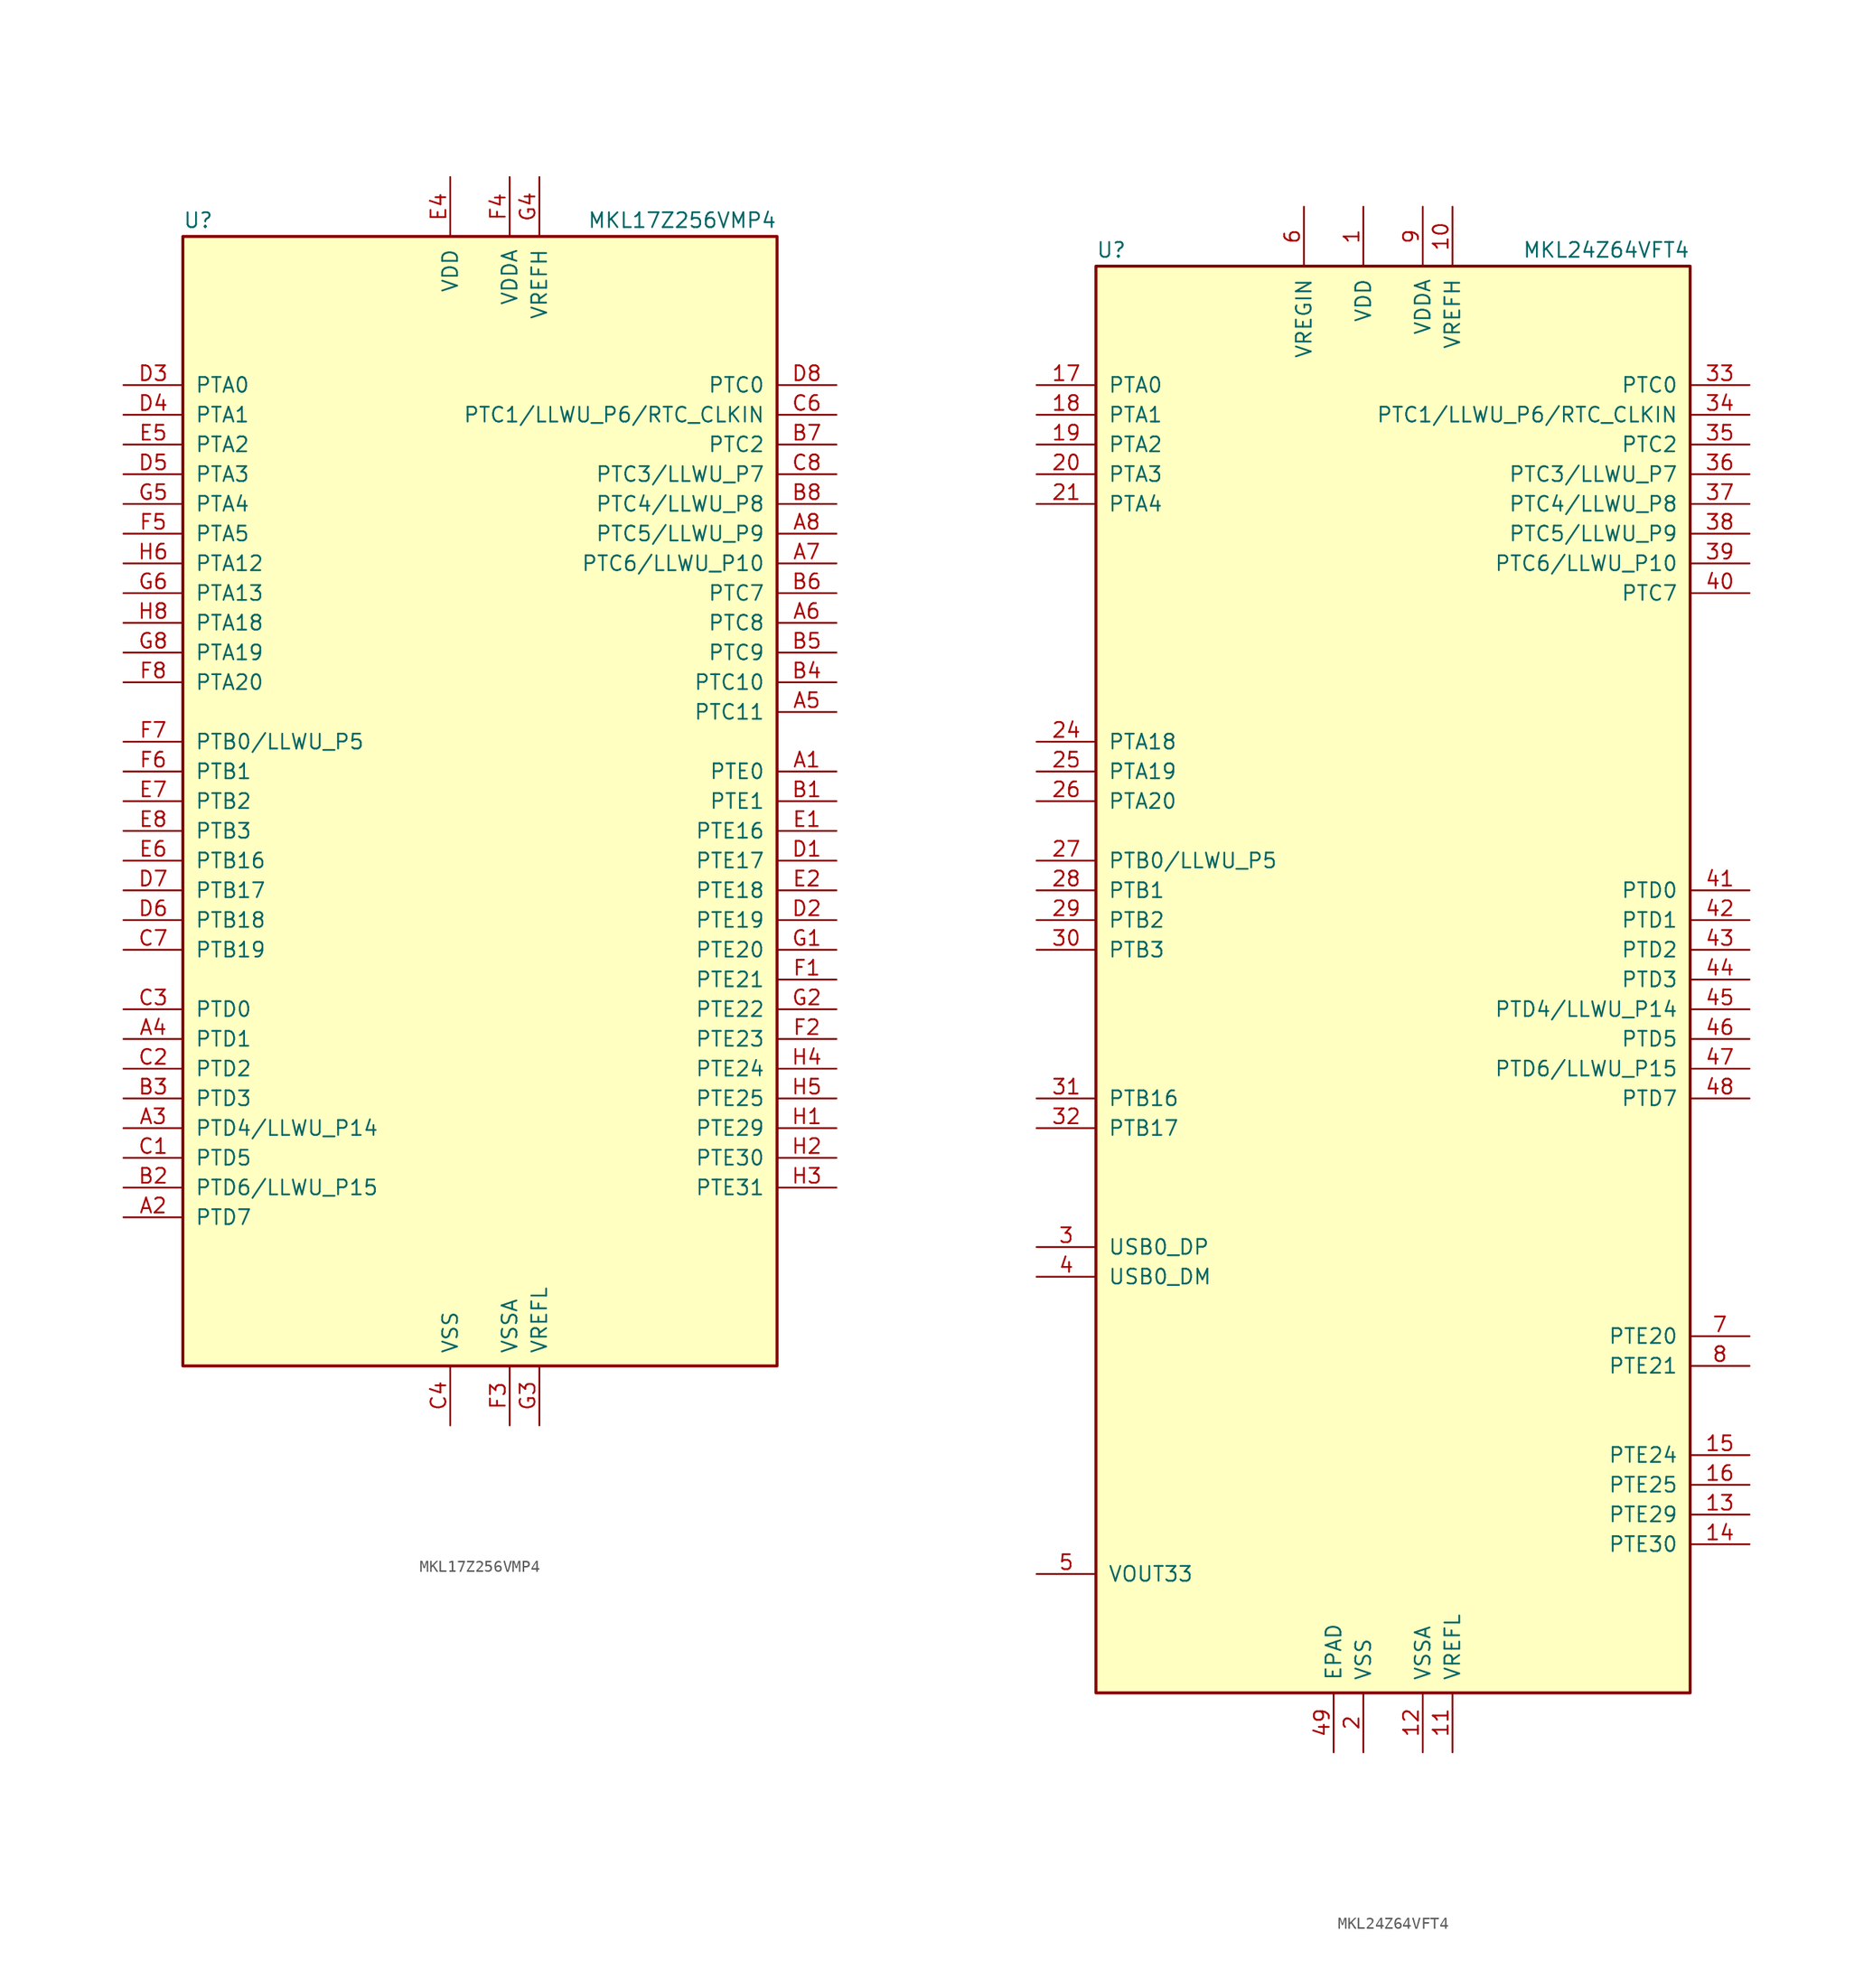
<source format=kicad_sym>
(kicad_symbol_lib
  (version 20231120)
  (generator "kicad_symbol_editor")
  (generator_version "8.0")
  (symbol "MKL17Z256VMP4"
    (pin_names
      (offset 1.016))
    (property "Reference" "U"
      (at -25.4 48.895 0)
      (effects (font (size 1.27 1.27)) (justify left bottom)))
    (property "Value" "MKL17Z256VMP4"
      (at 25.4 48.895 0)
      (effects (font (size 1.27 1.27)) (justify right bottom)))
    (symbol "MKL17Z256VMP4_0_1"
      (rectangle (start -25.4 48.26) (end 25.4 -48.26) (stroke (width 0.254) (type default)) (fill (type background))))
    (symbol "MKL17Z256VMP4_1_1"
      (pin bidirectional line (at 30.48 2.54 180) (length 5.08) (name "PTE0" (effects (font (size 1.27 1.27)))) (number "A1" (effects (font (size 1.27 1.27)))))
      (pin bidirectional line (at -30.48 -35.56 0) (length 5.08) (name "PTD7" (effects (font (size 1.27 1.27)))) (number "A2" (effects (font (size 1.27 1.27)))))
      (pin bidirectional line (at -30.48 -27.94 0) (length 5.08) (name "PTD4/LLWU_P14" (effects (font (size 1.27 1.27)))) (number "A3" (effects (font (size 1.27 1.27)))))
      (pin bidirectional line (at -30.48 -20.32 0) (length 5.08) (name "PTD1" (effects (font (size 1.27 1.27)))) (number "A4" (effects (font (size 1.27 1.27)))))
      (pin bidirectional line (at 30.48 7.62 180) (length 5.08) (name "PTC11" (effects (font (size 1.27 1.27)))) (number "A5" (effects (font (size 1.27 1.27)))))
      (pin bidirectional line (at 30.48 15.24 180) (length 5.08) (name "PTC8" (effects (font (size 1.27 1.27)))) (number "A6" (effects (font (size 1.27 1.27)))))
      (pin bidirectional line (at 30.48 20.32 180) (length 5.08) (name "PTC6/LLWU_P10" (effects (font (size 1.27 1.27)))) (number "A7" (effects (font (size 1.27 1.27)))))
      (pin bidirectional line (at 30.48 22.86 180) (length 5.08) (name "PTC5/LLWU_P9" (effects (font (size 1.27 1.27)))) (number "A8" (effects (font (size 1.27 1.27)))))
      (pin bidirectional line (at 30.48 0 180) (length 5.08) (name "PTE1" (effects (font (size 1.27 1.27)))) (number "B1" (effects (font (size 1.27 1.27)))))
      (pin bidirectional line (at -30.48 -33.02 0) (length 5.08) (name "PTD6/LLWU_P15" (effects (font (size 1.27 1.27)))) (number "B2" (effects (font (size 1.27 1.27)))))
      (pin bidirectional line (at -30.48 -25.4 0) (length 5.08) (name "PTD3" (effects (font (size 1.27 1.27)))) (number "B3" (effects (font (size 1.27 1.27)))))
      (pin bidirectional line (at 30.48 10.16 180) (length 5.08) (name "PTC10" (effects (font (size 1.27 1.27)))) (number "B4" (effects (font (size 1.27 1.27)))))
      (pin bidirectional line (at 30.48 12.7 180) (length 5.08) (name "PTC9" (effects (font (size 1.27 1.27)))) (number "B5" (effects (font (size 1.27 1.27)))))
      (pin bidirectional line (at 30.48 17.78 180) (length 5.08) (name "PTC7" (effects (font (size 1.27 1.27)))) (number "B6" (effects (font (size 1.27 1.27)))))
      (pin bidirectional line (at 30.48 30.48 180) (length 5.08) (name "PTC2" (effects (font (size 1.27 1.27)))) (number "B7" (effects (font (size 1.27 1.27)))))
      (pin bidirectional line (at 30.48 25.4 180) (length 5.08) (name "PTC4/LLWU_P8" (effects (font (size 1.27 1.27)))) (number "B8" (effects (font (size 1.27 1.27)))))
      (pin bidirectional line (at -30.48 -30.48 0) (length 5.08) (name "PTD5" (effects (font (size 1.27 1.27)))) (number "C1" (effects (font (size 1.27 1.27)))))
      (pin bidirectional line (at -30.48 -22.86 0) (length 5.08) (name "PTD2" (effects (font (size 1.27 1.27)))) (number "C2" (effects (font (size 1.27 1.27)))))
      (pin bidirectional line (at -30.48 -17.78 0) (length 5.08) (name "PTD0" (effects (font (size 1.27 1.27)))) (number "C3" (effects (font (size 1.27 1.27)))))
      (pin power_in line (at -2.54 -53.34 90) (length 5.08) (name "VSS" (effects (font (size 1.27 1.27)))) (number "C4" (effects (font (size 1.27 1.27)))))
      (pin no_connect line (at -15.24 -48.26 90) (length 5.08) hide (name "NC" (effects (font (size 1.27 1.27)))) (number "C5" (effects (font (size 1.27 1.27)))))
      (pin bidirectional line (at 30.48 33.02 180) (length 5.08) (name "PTC1/LLWU_P6/RTC_CLKIN" (effects (font (size 1.27 1.27)))) (number "C6" (effects (font (size 1.27 1.27)))))
      (pin bidirectional line (at -30.48 -12.7 0) (length 5.08) (name "PTB19" (effects (font (size 1.27 1.27)))) (number "C7" (effects (font (size 1.27 1.27)))))
      (pin bidirectional line (at 30.48 27.94 180) (length 5.08) (name "PTC3/LLWU_P7" (effects (font (size 1.27 1.27)))) (number "C8" (effects (font (size 1.27 1.27)))))
      (pin bidirectional line (at 30.48 -5.08 180) (length 5.08) (name "PTE17" (effects (font (size 1.27 1.27)))) (number "D1" (effects (font (size 1.27 1.27)))))
      (pin bidirectional line (at 30.48 -10.16 180) (length 5.08) (name "PTE19" (effects (font (size 1.27 1.27)))) (number "D2" (effects (font (size 1.27 1.27)))))
      (pin bidirectional line (at -30.48 35.56 0) (length 5.08) (name "PTA0" (effects (font (size 1.27 1.27)))) (number "D3" (effects (font (size 1.27 1.27)))))
      (pin bidirectional line (at -30.48 33.02 0) (length 5.08) (name "PTA1" (effects (font (size 1.27 1.27)))) (number "D4" (effects (font (size 1.27 1.27)))))
      (pin bidirectional line (at -30.48 27.94 0) (length 5.08) (name "PTA3" (effects (font (size 1.27 1.27)))) (number "D5" (effects (font (size 1.27 1.27)))))
      (pin bidirectional line (at -30.48 -10.16 0) (length 5.08) (name "PTB18" (effects (font (size 1.27 1.27)))) (number "D6" (effects (font (size 1.27 1.27)))))
      (pin bidirectional line (at -30.48 -7.62 0) (length 5.08) (name "PTB17" (effects (font (size 1.27 1.27)))) (number "D7" (effects (font (size 1.27 1.27)))))
      (pin bidirectional line (at 30.48 35.56 180) (length 5.08) (name "PTC0" (effects (font (size 1.27 1.27)))) (number "D8" (effects (font (size 1.27 1.27)))))
      (pin bidirectional line (at 30.48 -2.54 180) (length 5.08) (name "PTE16" (effects (font (size 1.27 1.27)))) (number "E1" (effects (font (size 1.27 1.27)))))
      (pin bidirectional line (at 30.48 -7.62 180) (length 5.08) (name "PTE18" (effects (font (size 1.27 1.27)))) (number "E2" (effects (font (size 1.27 1.27)))))
      (pin passive line (at -2.54 -53.34 90) (length 5.08) hide (name "VSS" (effects (font (size 1.27 1.27)))) (number "E3" (effects (font (size 1.27 1.27)))))
      (pin power_in line (at -2.54 53.34 270) (length 5.08) (name "VDD" (effects (font (size 1.27 1.27)))) (number "E4" (effects (font (size 1.27 1.27)))))
      (pin bidirectional line (at -30.48 30.48 0) (length 5.08) (name "PTA2" (effects (font (size 1.27 1.27)))) (number "E5" (effects (font (size 1.27 1.27)))))
      (pin bidirectional line (at -30.48 -5.08 0) (length 5.08) (name "PTB16" (effects (font (size 1.27 1.27)))) (number "E6" (effects (font (size 1.27 1.27)))))
      (pin bidirectional line (at -30.48 0 0) (length 5.08) (name "PTB2" (effects (font (size 1.27 1.27)))) (number "E7" (effects (font (size 1.27 1.27)))))
      (pin bidirectional line (at -30.48 -2.54 0) (length 5.08) (name "PTB3" (effects (font (size 1.27 1.27)))) (number "E8" (effects (font (size 1.27 1.27)))))
      (pin bidirectional line (at 30.48 -15.24 180) (length 5.08) (name "PTE21" (effects (font (size 1.27 1.27)))) (number "F1" (effects (font (size 1.27 1.27)))))
      (pin bidirectional line (at 30.48 -20.32 180) (length 5.08) (name "PTE23" (effects (font (size 1.27 1.27)))) (number "F2" (effects (font (size 1.27 1.27)))))
      (pin power_in line (at 2.54 -53.34 90) (length 5.08) (name "VSSA" (effects (font (size 1.27 1.27)))) (number "F3" (effects (font (size 1.27 1.27)))))
      (pin power_in line (at 2.54 53.34 270) (length 5.08) (name "VDDA" (effects (font (size 1.27 1.27)))) (number "F4" (effects (font (size 1.27 1.27)))))
      (pin bidirectional line (at -30.48 22.86 0) (length 5.08) (name "PTA5" (effects (font (size 1.27 1.27)))) (number "F5" (effects (font (size 1.27 1.27)))))
      (pin bidirectional line (at -30.48 2.54 0) (length 5.08) (name "PTB1" (effects (font (size 1.27 1.27)))) (number "F6" (effects (font (size 1.27 1.27)))))
      (pin bidirectional line (at -30.48 5.08 0) (length 5.08) (name "PTB0/LLWU_P5" (effects (font (size 1.27 1.27)))) (number "F7" (effects (font (size 1.27 1.27)))))
      (pin bidirectional line (at -30.48 10.16 0) (length 5.08) (name "PTA20" (effects (font (size 1.27 1.27)))) (number "F8" (effects (font (size 1.27 1.27)))))
      (pin bidirectional line (at 30.48 -12.7 180) (length 5.08) (name "PTE20" (effects (font (size 1.27 1.27)))) (number "G1" (effects (font (size 1.27 1.27)))))
      (pin bidirectional line (at 30.48 -17.78 180) (length 5.08) (name "PTE22" (effects (font (size 1.27 1.27)))) (number "G2" (effects (font (size 1.27 1.27)))))
      (pin power_in line (at 5.08 -53.34 90) (length 5.08) (name "VREFL" (effects (font (size 1.27 1.27)))) (number "G3" (effects (font (size 1.27 1.27)))))
      (pin power_in line (at 5.08 53.34 270) (length 5.08) (name "VREFH" (effects (font (size 1.27 1.27)))) (number "G4" (effects (font (size 1.27 1.27)))))
      (pin bidirectional line (at -30.48 25.4 0) (length 5.08) (name "PTA4" (effects (font (size 1.27 1.27)))) (number "G5" (effects (font (size 1.27 1.27)))))
      (pin bidirectional line (at -30.48 17.78 0) (length 5.08) (name "PTA13" (effects (font (size 1.27 1.27)))) (number "G6" (effects (font (size 1.27 1.27)))))
      (pin passive line (at -2.54 53.34 270) (length 5.08) hide (name "VDD" (effects (font (size 1.27 1.27)))) (number "G7" (effects (font (size 1.27 1.27)))))
      (pin bidirectional line (at -30.48 12.7 0) (length 5.08) (name "PTA19" (effects (font (size 1.27 1.27)))) (number "G8" (effects (font (size 1.27 1.27)))))
      (pin bidirectional line (at 30.48 -27.94 180) (length 5.08) (name "PTE29" (effects (font (size 1.27 1.27)))) (number "H1" (effects (font (size 1.27 1.27)))))
      (pin bidirectional line (at 30.48 -30.48 180) (length 5.08) (name "PTE30" (effects (font (size 1.27 1.27)))) (number "H2" (effects (font (size 1.27 1.27)))))
      (pin bidirectional line (at 30.48 -33.02 180) (length 5.08) (name "PTE31" (effects (font (size 1.27 1.27)))) (number "H3" (effects (font (size 1.27 1.27)))))
      (pin bidirectional line (at 30.48 -22.86 180) (length 5.08) (name "PTE24" (effects (font (size 1.27 1.27)))) (number "H4" (effects (font (size 1.27 1.27)))))
      (pin bidirectional line (at 30.48 -25.4 180) (length 5.08) (name "PTE25" (effects (font (size 1.27 1.27)))) (number "H5" (effects (font (size 1.27 1.27)))))
      (pin bidirectional line (at -30.48 20.32 0) (length 5.08) (name "PTA12" (effects (font (size 1.27 1.27)))) (number "H6" (effects (font (size 1.27 1.27)))))
      (pin passive line (at -2.54 -53.34 90) (length 5.08) hide (name "VSS" (effects (font (size 1.27 1.27)))) (number "H7" (effects (font (size 1.27 1.27)))))
      (pin bidirectional line (at -30.48 15.24 0) (length 5.08) (name "PTA18" (effects (font (size 1.27 1.27)))) (number "H8" (effects (font (size 1.27 1.27)))))))
  (symbol "MKL24Z64VFT4"
    (pin_names
      (offset 1.016))
    (property "Reference" "U"
      (at -25.4 61.595 0)
      (effects (font (size 1.27 1.27)) (justify left bottom)))
    (property "Value" "MKL24Z64VFT4"
      (at 25.4 61.595 0)
      (effects (font (size 1.27 1.27)) (justify right bottom)))
    (symbol "MKL24Z64VFT4_0_1"
      (rectangle (start -25.4 60.96) (end 25.4 -60.96) (stroke (width 0.254) (type default)) (fill (type background))))
    (symbol "MKL24Z64VFT4_1_1"
      (pin power_in line (at -2.54 66.04 270) (length 5.08) (name "VDD" (effects (font (size 1.27 1.27)))) (number "1" (effects (font (size 1.27 1.27)))))
      (pin power_in line (at 5.08 66.04 270) (length 5.08) (name "VREFH" (effects (font (size 1.27 1.27)))) (number "10" (effects (font (size 1.27 1.27)))))
      (pin power_in line (at 5.08 -66.04 90) (length 5.08) (name "VREFL" (effects (font (size 1.27 1.27)))) (number "11" (effects (font (size 1.27 1.27)))))
      (pin power_in line (at 2.54 -66.04 90) (length 5.08) (name "VSSA" (effects (font (size 1.27 1.27)))) (number "12" (effects (font (size 1.27 1.27)))))
      (pin bidirectional line (at 30.48 -45.72 180) (length 5.08) (name "PTE29" (effects (font (size 1.27 1.27)))) (number "13" (effects (font (size 1.27 1.27)))))
      (pin bidirectional line (at 30.48 -48.26 180) (length 5.08) (name "PTE30" (effects (font (size 1.27 1.27)))) (number "14" (effects (font (size 1.27 1.27)))))
      (pin bidirectional line (at 30.48 -40.64 180) (length 5.08) (name "PTE24" (effects (font (size 1.27 1.27)))) (number "15" (effects (font (size 1.27 1.27)))))
      (pin bidirectional line (at 30.48 -43.18 180) (length 5.08) (name "PTE25" (effects (font (size 1.27 1.27)))) (number "16" (effects (font (size 1.27 1.27)))))
      (pin bidirectional line (at -30.48 50.8 0) (length 5.08) (name "PTA0" (effects (font (size 1.27 1.27)))) (number "17" (effects (font (size 1.27 1.27)))))
      (pin bidirectional line (at -30.48 48.26 0) (length 5.08) (name "PTA1" (effects (font (size 1.27 1.27)))) (number "18" (effects (font (size 1.27 1.27)))))
      (pin bidirectional line (at -30.48 45.72 0) (length 5.08) (name "PTA2" (effects (font (size 1.27 1.27)))) (number "19" (effects (font (size 1.27 1.27)))))
      (pin power_in line (at -2.54 -66.04 90) (length 5.08) (name "VSS" (effects (font (size 1.27 1.27)))) (number "2" (effects (font (size 1.27 1.27)))))
      (pin bidirectional line (at -30.48 43.18 0) (length 5.08) (name "PTA3" (effects (font (size 1.27 1.27)))) (number "20" (effects (font (size 1.27 1.27)))))
      (pin bidirectional line (at -30.48 40.64 0) (length 5.08) (name "PTA4" (effects (font (size 1.27 1.27)))) (number "21" (effects (font (size 1.27 1.27)))))
      (pin passive line (at -2.54 66.04 270) (length 5.08) hide (name "VDD" (effects (font (size 1.27 1.27)))) (number "22" (effects (font (size 1.27 1.27)))))
      (pin passive line (at -2.54 -66.04 90) (length 5.08) hide (name "VSS" (effects (font (size 1.27 1.27)))) (number "23" (effects (font (size 1.27 1.27)))))
      (pin bidirectional line (at -30.48 20.32 0) (length 5.08) (name "PTA18" (effects (font (size 1.27 1.27)))) (number "24" (effects (font (size 1.27 1.27)))))
      (pin bidirectional line (at -30.48 17.78 0) (length 5.08) (name "PTA19" (effects (font (size 1.27 1.27)))) (number "25" (effects (font (size 1.27 1.27)))))
      (pin bidirectional line (at -30.48 15.24 0) (length 5.08) (name "PTA20" (effects (font (size 1.27 1.27)))) (number "26" (effects (font (size 1.27 1.27)))))
      (pin bidirectional line (at -30.48 10.16 0) (length 5.08) (name "PTB0/LLWU_P5" (effects (font (size 1.27 1.27)))) (number "27" (effects (font (size 1.27 1.27)))))
      (pin bidirectional line (at -30.48 7.62 0) (length 5.08) (name "PTB1" (effects (font (size 1.27 1.27)))) (number "28" (effects (font (size 1.27 1.27)))))
      (pin bidirectional line (at -30.48 5.08 0) (length 5.08) (name "PTB2" (effects (font (size 1.27 1.27)))) (number "29" (effects (font (size 1.27 1.27)))))
      (pin bidirectional line (at -30.48 -22.86 0) (length 5.08) (name "USB0_DP" (effects (font (size 1.27 1.27)))) (number "3" (effects (font (size 1.27 1.27)))))
      (pin bidirectional line (at -30.48 2.54 0) (length 5.08) (name "PTB3" (effects (font (size 1.27 1.27)))) (number "30" (effects (font (size 1.27 1.27)))))
      (pin bidirectional line (at -30.48 -10.16 0) (length 5.08) (name "PTB16" (effects (font (size 1.27 1.27)))) (number "31" (effects (font (size 1.27 1.27)))))
      (pin bidirectional line (at -30.48 -12.7 0) (length 5.08) (name "PTB17" (effects (font (size 1.27 1.27)))) (number "32" (effects (font (size 1.27 1.27)))))
      (pin bidirectional line (at 30.48 50.8 180) (length 5.08) (name "PTC0" (effects (font (size 1.27 1.27)))) (number "33" (effects (font (size 1.27 1.27)))))
      (pin bidirectional line (at 30.48 48.26 180) (length 5.08) (name "PTC1/LLWU_P6/RTC_CLKIN" (effects (font (size 1.27 1.27)))) (number "34" (effects (font (size 1.27 1.27)))))
      (pin bidirectional line (at 30.48 45.72 180) (length 5.08) (name "PTC2" (effects (font (size 1.27 1.27)))) (number "35" (effects (font (size 1.27 1.27)))))
      (pin bidirectional line (at 30.48 43.18 180) (length 5.08) (name "PTC3/LLWU_P7" (effects (font (size 1.27 1.27)))) (number "36" (effects (font (size 1.27 1.27)))))
      (pin bidirectional line (at 30.48 40.64 180) (length 5.08) (name "PTC4/LLWU_P8" (effects (font (size 1.27 1.27)))) (number "37" (effects (font (size 1.27 1.27)))))
      (pin bidirectional line (at 30.48 38.1 180) (length 5.08) (name "PTC5/LLWU_P9" (effects (font (size 1.27 1.27)))) (number "38" (effects (font (size 1.27 1.27)))))
      (pin bidirectional line (at 30.48 35.56 180) (length 5.08) (name "PTC6/LLWU_P10" (effects (font (size 1.27 1.27)))) (number "39" (effects (font (size 1.27 1.27)))))
      (pin bidirectional line (at -30.48 -25.4 0) (length 5.08) (name "USB0_DM" (effects (font (size 1.27 1.27)))) (number "4" (effects (font (size 1.27 1.27)))))
      (pin bidirectional line (at 30.48 33.02 180) (length 5.08) (name "PTC7" (effects (font (size 1.27 1.27)))) (number "40" (effects (font (size 1.27 1.27)))))
      (pin bidirectional line (at 30.48 7.62 180) (length 5.08) (name "PTD0" (effects (font (size 1.27 1.27)))) (number "41" (effects (font (size 1.27 1.27)))))
      (pin bidirectional line (at 30.48 5.08 180) (length 5.08) (name "PTD1" (effects (font (size 1.27 1.27)))) (number "42" (effects (font (size 1.27 1.27)))))
      (pin bidirectional line (at 30.48 2.54 180) (length 5.08) (name "PTD2" (effects (font (size 1.27 1.27)))) (number "43" (effects (font (size 1.27 1.27)))))
      (pin bidirectional line (at 30.48 0 180) (length 5.08) (name "PTD3" (effects (font (size 1.27 1.27)))) (number "44" (effects (font (size 1.27 1.27)))))
      (pin bidirectional line (at 30.48 -2.54 180) (length 5.08) (name "PTD4/LLWU_P14" (effects (font (size 1.27 1.27)))) (number "45" (effects (font (size 1.27 1.27)))))
      (pin bidirectional line (at 30.48 -5.08 180) (length 5.08) (name "PTD5" (effects (font (size 1.27 1.27)))) (number "46" (effects (font (size 1.27 1.27)))))
      (pin bidirectional line (at 30.48 -7.62 180) (length 5.08) (name "PTD6/LLWU_P15" (effects (font (size 1.27 1.27)))) (number "47" (effects (font (size 1.27 1.27)))))
      (pin bidirectional line (at 30.48 -10.16 180) (length 5.08) (name "PTD7" (effects (font (size 1.27 1.27)))) (number "48" (effects (font (size 1.27 1.27)))))
      (pin power_in line (at -5.08 -66.04 90) (length 5.08) (name "EPAD" (effects (font (size 1.27 1.27)))) (number "49" (effects (font (size 1.27 1.27)))))
      (pin power_out line (at -30.48 -50.8 0) (length 5.08) (name "VOUT33" (effects (font (size 1.27 1.27)))) (number "5" (effects (font (size 1.27 1.27)))))
      (pin power_in line (at -7.62 66.04 270) (length 5.08) (name "VREGIN" (effects (font (size 1.27 1.27)))) (number "6" (effects (font (size 1.27 1.27)))))
      (pin bidirectional line (at 30.48 -30.48 180) (length 5.08) (name "PTE20" (effects (font (size 1.27 1.27)))) (number "7" (effects (font (size 1.27 1.27)))))
      (pin bidirectional line (at 30.48 -33.02 180) (length 5.08) (name "PTE21" (effects (font (size 1.27 1.27)))) (number "8" (effects (font (size 1.27 1.27)))))
      (pin power_in line (at 2.54 66.04 270) (length 5.08) (name "VDDA" (effects (font (size 1.27 1.27)))) (number "9" (effects (font (size 1.27 1.27))))))))
</source>
